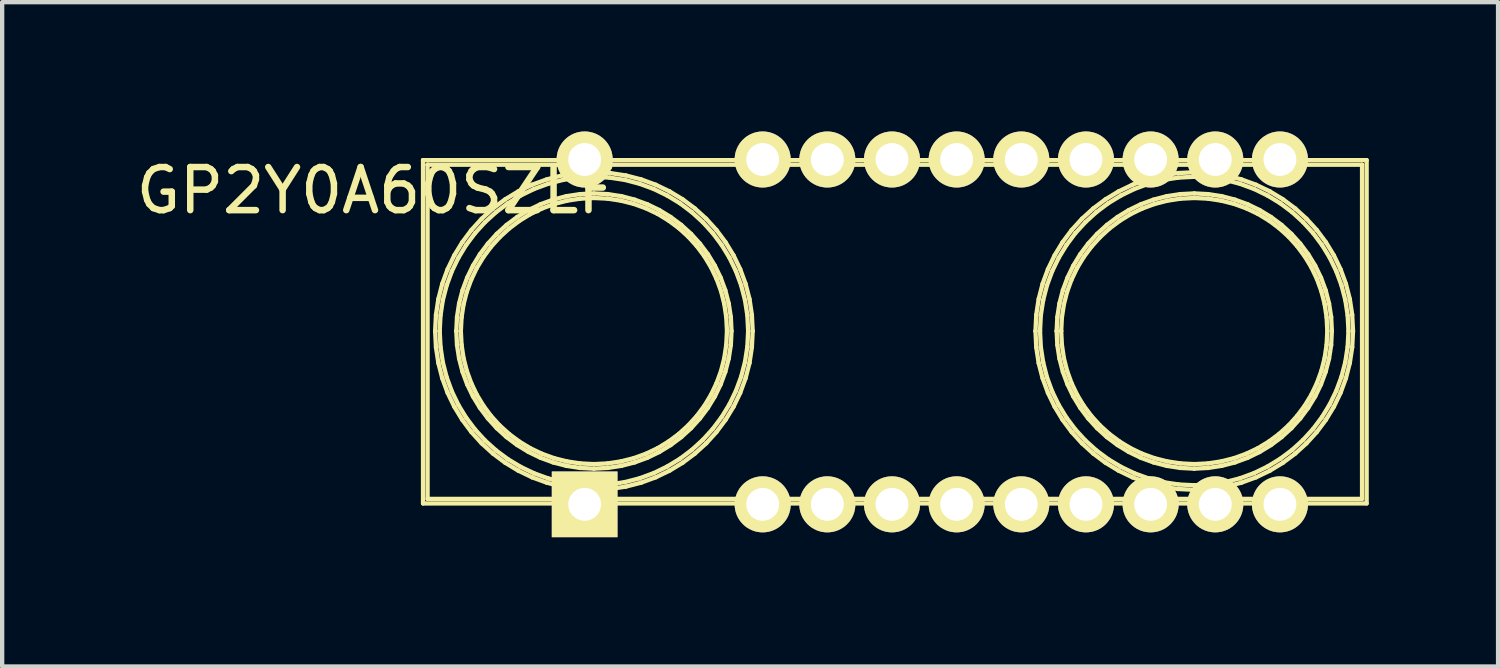
<source format=kicad_pcb>
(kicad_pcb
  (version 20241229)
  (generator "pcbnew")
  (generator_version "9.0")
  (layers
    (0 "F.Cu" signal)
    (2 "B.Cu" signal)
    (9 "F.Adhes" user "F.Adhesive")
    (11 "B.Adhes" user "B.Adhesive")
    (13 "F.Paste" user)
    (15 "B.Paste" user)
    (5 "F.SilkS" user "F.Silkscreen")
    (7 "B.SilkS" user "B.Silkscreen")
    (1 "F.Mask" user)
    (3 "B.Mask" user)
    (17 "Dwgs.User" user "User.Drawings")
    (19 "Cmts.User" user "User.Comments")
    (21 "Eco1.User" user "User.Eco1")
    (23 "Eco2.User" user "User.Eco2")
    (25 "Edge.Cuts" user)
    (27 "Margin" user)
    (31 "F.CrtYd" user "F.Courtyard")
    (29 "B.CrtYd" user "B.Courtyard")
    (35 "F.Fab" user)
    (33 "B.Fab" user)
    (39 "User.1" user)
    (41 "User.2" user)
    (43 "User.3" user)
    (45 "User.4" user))
  (footprint "GP2Y0A60SZLF"
    (layer "F.Cu")
    (at 17.643 4.65)
    (property "Reference" "GP2Y0A60SZLF" (at -11.97 -3.28 0) (layer "F.SilkS") (effects (font (size 1 1) (thickness 0.15))))
    (attr smd)
    (fp_line (start -10.879 -3.985) (end -10.879 -3.985) (stroke (width 0.1) (type solid)) (layer "F.SilkS"))
    (fp_line (start -10.879 -3.985) (end -10.879 3.979) (stroke (width 0.1) (type solid)) (layer "F.SilkS"))
    (fp_line (start -10.879 3.979) (end 11.011 3.979) (stroke (width 0.1) (type solid)) (layer "F.SilkS"))
    (fp_line (start -10.774 -3.879) (end -10.774 -3.879) (stroke (width 0.1) (type solid)) (layer "F.SilkS"))
    (fp_line (start -10.774 -3.879) (end 10.905 -3.879) (stroke (width 0.1) (type solid)) (layer "F.SilkS"))
    (fp_line (start -10.774 3.873) (end -10.774 -3.879) (stroke (width 0.1) (type solid)) (layer "F.SilkS"))
    (fp_line (start -10.598 -0.02) (end -10.598 -0.02) (stroke (width 0.1) (type solid)) (layer "F.SilkS"))
    (fp_line (start -10.598 -0.02) (end -10.579 0.356) (stroke (width 0.1) (type solid)) (layer "F.SilkS"))
    (fp_line (start -10.579 -0.397) (end -10.598 -0.02) (stroke (width 0.1) (type solid)) (layer "F.SilkS"))
    (fp_line (start -10.579 0.356) (end -10.523 0.722) (stroke (width 0.1) (type solid)) (layer "F.SilkS"))
    (fp_line (start -10.523 -0.763) (end -10.579 -0.397) (stroke (width 0.1) (type solid)) (layer "F.SilkS"))
    (fp_line (start -10.523 0.722) (end -10.433 1.075) (stroke (width 0.1) (type solid)) (layer "F.SilkS"))
    (fp_line (start -10.493 -0.02) (end -10.493 -0.02) (stroke (width 0.1) (type solid)) (layer "F.SilkS"))
    (fp_line (start -10.493 -0.02) (end -10.474 -0.384) (stroke (width 0.1) (type solid)) (layer "F.SilkS"))
    (fp_line (start -10.474 -0.384) (end -10.42 -0.738) (stroke (width 0.1) (type solid)) (layer "F.SilkS"))
    (fp_line (start -10.474 0.349) (end -10.493 -0.02) (stroke (width 0.1) (type solid)) (layer "F.SilkS"))
    (fp_line (start -10.433 -1.116) (end -10.523 -0.763) (stroke (width 0.1) (type solid)) (layer "F.SilkS"))
    (fp_line (start -10.433 1.075) (end -10.309 1.413) (stroke (width 0.1) (type solid)) (layer "F.SilkS"))
    (fp_line (start -10.42 -0.738) (end -10.331 -1.08) (stroke (width 0.1) (type solid)) (layer "F.SilkS"))
    (fp_line (start -10.42 0.707) (end -10.474 0.349) (stroke (width 0.1) (type solid)) (layer "F.SilkS"))
    (fp_line (start -10.331 -1.08) (end -10.21 -1.408) (stroke (width 0.1) (type solid)) (layer "F.SilkS"))
    (fp_line (start -10.331 1.052) (end -10.42 0.707) (stroke (width 0.1) (type solid)) (layer "F.SilkS"))
    (fp_line (start -10.309 -1.454) (end -10.433 -1.116) (stroke (width 0.1) (type solid)) (layer "F.SilkS"))
    (fp_line (start -10.309 1.413) (end -10.154 1.735) (stroke (width 0.1) (type solid)) (layer "F.SilkS"))
    (fp_line (start -10.21 -1.408) (end -10.059 -1.721) (stroke (width 0.1) (type solid)) (layer "F.SilkS"))
    (fp_line (start -10.21 1.382) (end -10.331 1.052) (stroke (width 0.1) (type solid)) (layer "F.SilkS"))
    (fp_line (start -10.154 -1.776) (end -10.309 -1.454) (stroke (width 0.1) (type solid)) (layer "F.SilkS"))
    (fp_line (start -10.154 1.735) (end -9.969 2.039) (stroke (width 0.1) (type solid)) (layer "F.SilkS"))
    (fp_line (start -10.107 -0.02) (end -10.107 -0.02) (stroke (width 0.1) (type solid)) (layer "F.SilkS"))
    (fp_line (start -10.107 -0.02) (end -10.091 0.304) (stroke (width 0.1) (type solid)) (layer "F.SilkS"))
    (fp_line (start -10.091 -0.345) (end -10.107 -0.02) (stroke (width 0.1) (type solid)) (layer "F.SilkS"))
    (fp_line (start -10.091 0.304) (end -10.042 0.62) (stroke (width 0.1) (type solid)) (layer "F.SilkS"))
    (fp_line (start -10.059 -1.721) (end -9.879 -2.016) (stroke (width 0.1) (type solid)) (layer "F.SilkS"))
    (fp_line (start -10.059 1.695) (end -10.21 1.382) (stroke (width 0.1) (type solid)) (layer "F.SilkS"))
    (fp_line (start -10.042 -0.661) (end -10.091 -0.345) (stroke (width 0.1) (type solid)) (layer "F.SilkS"))
    (fp_line (start -10.042 0.62) (end -9.963 0.925) (stroke (width 0.1) (type solid)) (layer "F.SilkS"))
    (fp_line (start -10.002 -0.02) (end -10.002 -0.02) (stroke (width 0.1) (type solid)) (layer "F.SilkS"))
    (fp_line (start -10.002 -0.02) (end -9.986 -0.333) (stroke (width 0.1) (type solid)) (layer "F.SilkS"))
    (fp_line (start -9.986 -0.333) (end -9.94 -0.637) (stroke (width 0.1) (type solid)) (layer "F.SilkS"))
    (fp_line (start -9.986 0.297) (end -10.002 -0.02) (stroke (width 0.1) (type solid)) (layer "F.SilkS"))
    (fp_line (start -9.969 -2.08) (end -10.154 -1.776) (stroke (width 0.1) (type solid)) (layer "F.SilkS"))
    (fp_line (start -9.969 2.039) (end -9.757 2.323) (stroke (width 0.1) (type solid)) (layer "F.SilkS"))
    (fp_line (start -9.963 -0.966) (end -10.042 -0.661) (stroke (width 0.1) (type solid)) (layer "F.SilkS"))
    (fp_line (start -9.963 0.925) (end -9.855 1.218) (stroke (width 0.1) (type solid)) (layer "F.SilkS"))
    (fp_line (start -9.94 -0.637) (end -9.864 -0.931) (stroke (width 0.1) (type solid)) (layer "F.SilkS"))
    (fp_line (start -9.94 0.606) (end -9.986 0.297) (stroke (width 0.1) (type solid)) (layer "F.SilkS"))
    (fp_line (start -9.879 -2.016) (end -9.672 -2.292) (stroke (width 0.1) (type solid)) (layer "F.SilkS"))
    (fp_line (start -9.879 1.99) (end -10.059 1.695) (stroke (width 0.1) (type solid)) (layer "F.SilkS"))
    (fp_line (start -9.864 -0.931) (end -9.761 -1.213) (stroke (width 0.1) (type solid)) (layer "F.SilkS"))
    (fp_line (start -9.864 0.903) (end -9.94 0.606) (stroke (width 0.1) (type solid)) (layer "F.SilkS"))
    (fp_line (start -9.855 -1.259) (end -9.963 -0.966) (stroke (width 0.1) (type solid)) (layer "F.SilkS"))
    (fp_line (start -9.855 1.218) (end -9.72 1.497) (stroke (width 0.1) (type solid)) (layer "F.SilkS"))
    (fp_line (start -9.761 -1.213) (end -9.632 -1.483) (stroke (width 0.1) (type solid)) (layer "F.SilkS"))
    (fp_line (start -9.761 1.187) (end -9.864 0.903) (stroke (width 0.1) (type solid)) (layer "F.SilkS"))
    (fp_line (start -9.757 -2.364) (end -9.969 -2.08) (stroke (width 0.1) (type solid)) (layer "F.SilkS"))
    (fp_line (start -9.757 2.323) (end -9.52 2.584) (stroke (width 0.1) (type solid)) (layer "F.SilkS"))
    (fp_line (start -9.72 -1.538) (end -9.855 -1.259) (stroke (width 0.1) (type solid)) (layer "F.SilkS"))
    (fp_line (start -9.72 1.497) (end -9.56 1.76) (stroke (width 0.1) (type solid)) (layer "F.SilkS"))
    (fp_line (start -9.672 -2.292) (end -9.441 -2.546) (stroke (width 0.1) (type solid)) (layer "F.SilkS"))
    (fp_line (start -9.672 2.265) (end -9.879 1.99) (stroke (width 0.1) (type solid)) (layer "F.SilkS"))
    (fp_line (start -9.632 -1.483) (end -9.478 -1.737) (stroke (width 0.1) (type solid)) (layer "F.SilkS"))
    (fp_line (start -9.632 1.457) (end -9.761 1.187) (stroke (width 0.1) (type solid)) (layer "F.SilkS"))
    (fp_line (start -9.56 -1.801) (end -9.72 -1.538) (stroke (width 0.1) (type solid)) (layer "F.SilkS"))
    (fp_line (start -9.56 1.76) (end -9.375 2.006) (stroke (width 0.1) (type solid)) (layer "F.SilkS"))
    (fp_line (start -9.52 -2.625) (end -9.757 -2.364) (stroke (width 0.1) (type solid)) (layer "F.SilkS"))
    (fp_line (start -9.52 2.584) (end -9.258 2.822) (stroke (width 0.1) (type solid)) (layer "F.SilkS"))
    (fp_line (start -9.478 -1.737) (end -9.302 -1.975) (stroke (width 0.1) (type solid)) (layer "F.SilkS"))
    (fp_line (start -9.478 1.712) (end -9.632 1.457) (stroke (width 0.1) (type solid)) (layer "F.SilkS"))
    (fp_line (start -9.441 -2.546) (end -9.186 -2.778) (stroke (width 0.1) (type solid)) (layer "F.SilkS"))
    (fp_line (start -9.441 2.518) (end -9.672 2.265) (stroke (width 0.1) (type solid)) (layer "F.SilkS"))
    (fp_line (start -9.375 -2.047) (end -9.56 -1.801) (stroke (width 0.1) (type solid)) (layer "F.SilkS"))
    (fp_line (start -9.375 2.006) (end -9.169 2.233) (stroke (width 0.1) (type solid)) (layer "F.SilkS"))
    (fp_line (start -9.302 -1.975) (end -9.103 -2.195) (stroke (width 0.1) (type solid)) (layer "F.SilkS"))
    (fp_line (start -9.302 1.949) (end -9.478 1.712) (stroke (width 0.1) (type solid)) (layer "F.SilkS"))
    (fp_line (start -9.258 -2.863) (end -9.52 -2.625) (stroke (width 0.1) (type solid)) (layer "F.SilkS"))
    (fp_line (start -9.258 2.822) (end -8.975 3.034) (stroke (width 0.1) (type solid)) (layer "F.SilkS"))
    (fp_line (start -9.186 -2.778) (end -8.91 -2.985) (stroke (width 0.1) (type solid)) (layer "F.SilkS"))
    (fp_line (start -9.186 2.748) (end -9.441 2.518) (stroke (width 0.1) (type solid)) (layer "F.SilkS"))
    (fp_line (start -9.169 -2.274) (end -9.375 -2.047) (stroke (width 0.1) (type solid)) (layer "F.SilkS"))
    (fp_line (start -9.169 2.233) (end -8.942 2.44) (stroke (width 0.1) (type solid)) (layer "F.SilkS"))
    (fp_line (start -9.103 -2.195) (end -8.884 -2.396) (stroke (width 0.1) (type solid)) (layer "F.SilkS"))
    (fp_line (start -9.103 2.168) (end -9.302 1.949) (stroke (width 0.1) (type solid)) (layer "F.SilkS"))
    (fp_line (start -8.975 -3.075) (end -9.258 -2.863) (stroke (width 0.1) (type solid)) (layer "F.SilkS"))
    (fp_line (start -8.975 3.034) (end -8.671 3.218) (stroke (width 0.1) (type solid)) (layer "F.SilkS"))
    (fp_line (start -8.942 -2.481) (end -9.169 -2.274) (stroke (width 0.1) (type solid)) (layer "F.SilkS"))
    (fp_line (start -8.942 2.44) (end -8.696 2.624) (stroke (width 0.1) (type solid)) (layer "F.SilkS"))
    (fp_line (start -8.91 -2.985) (end -8.615 -3.164) (stroke (width 0.1) (type solid)) (layer "F.SilkS"))
    (fp_line (start -8.91 2.953) (end -9.186 2.748) (stroke (width 0.1) (type solid)) (layer "F.SilkS"))
    (fp_line (start -8.884 -2.396) (end -8.647 -2.575) (stroke (width 0.1) (type solid)) (layer "F.SilkS"))
    (fp_line (start -8.884 2.366) (end -9.103 2.168) (stroke (width 0.1) (type solid)) (layer "F.SilkS"))
    (fp_line (start -8.696 -2.665) (end -8.942 -2.481) (stroke (width 0.1) (type solid)) (layer "F.SilkS"))
    (fp_line (start -8.696 2.624) (end -8.432 2.785) (stroke (width 0.1) (type solid)) (layer "F.SilkS"))
    (fp_line (start -8.671 -3.259) (end -8.975 -3.075) (stroke (width 0.1) (type solid)) (layer "F.SilkS"))
    (fp_line (start -8.671 3.218) (end -8.349 3.373) (stroke (width 0.1) (type solid)) (layer "F.SilkS"))
    (fp_line (start -8.647 -2.575) (end -8.393 -2.731) (stroke (width 0.1) (type solid)) (layer "F.SilkS"))
    (fp_line (start -8.647 2.543) (end -8.884 2.366) (stroke (width 0.1) (type solid)) (layer "F.SilkS"))
    (fp_line (start -8.615 -3.164) (end -8.303 -3.316) (stroke (width 0.1) (type solid)) (layer "F.SilkS"))
    (fp_line (start -8.615 3.13) (end -8.91 2.953) (stroke (width 0.1) (type solid)) (layer "F.SilkS"))
    (fp_line (start -8.432 -2.826) (end -8.696 -2.665) (stroke (width 0.1) (type solid)) (layer "F.SilkS"))
    (fp_line (start -8.432 2.785) (end -8.154 2.92) (stroke (width 0.1) (type solid)) (layer "F.SilkS"))
    (fp_line (start -8.393 -2.731) (end -8.122 -2.862) (stroke (width 0.1) (type solid)) (layer "F.SilkS"))
    (fp_line (start -8.393 2.697) (end -8.647 2.543) (stroke (width 0.1) (type solid)) (layer "F.SilkS"))
    (fp_line (start -8.349 -3.414) (end -8.671 -3.259) (stroke (width 0.1) (type solid)) (layer "F.SilkS"))
    (fp_line (start -8.349 3.373) (end -8.01 3.497) (stroke (width 0.1) (type solid)) (layer "F.SilkS"))
    (fp_line (start -8.303 -3.316) (end -7.975 -3.437) (stroke (width 0.1) (type solid)) (layer "F.SilkS"))
    (fp_line (start -8.303 3.28) (end -8.615 3.13) (stroke (width 0.1) (type solid)) (layer "F.SilkS"))
    (fp_line (start -8.154 -2.961) (end -8.432 -2.826) (stroke (width 0.1) (type solid)) (layer "F.SilkS"))
    (fp_line (start -8.154 2.92) (end -7.861 3.027) (stroke (width 0.1) (type solid)) (layer "F.SilkS"))
    (fp_line (start -8.122 -2.862) (end -7.838 -2.967) (stroke (width 0.1) (type solid)) (layer "F.SilkS"))
    (fp_line (start -8.122 2.826) (end -8.393 2.697) (stroke (width 0.1) (type solid)) (layer "F.SilkS"))
    (fp_line (start -8.01 -3.538) (end -8.349 -3.414) (stroke (width 0.1) (type solid)) (layer "F.SilkS"))
    (fp_line (start -8.01 3.497) (end -7.657 3.588) (stroke (width 0.1) (type solid)) (layer "F.SilkS"))
    (fp_line (start -7.975 -3.437) (end -7.633 -3.526) (stroke (width 0.1) (type solid)) (layer "F.SilkS"))
    (fp_line (start -7.975 3.399) (end -8.303 3.28) (stroke (width 0.1) (type solid)) (layer "F.SilkS"))
    (fp_line (start -7.861 -3.068) (end -8.154 -2.961) (stroke (width 0.1) (type solid)) (layer "F.SilkS"))
    (fp_line (start -7.861 3.027) (end -7.556 3.106) (stroke (width 0.1) (type solid)) (layer "F.SilkS"))
    (fp_line (start -7.838 -2.967) (end -7.541 -3.044) (stroke (width 0.1) (type solid)) (layer "F.SilkS"))
    (fp_line (start -7.838 2.929) (end -8.122 2.826) (stroke (width 0.1) (type solid)) (layer "F.SilkS"))
    (fp_line (start -7.657 -3.629) (end -8.01 -3.538) (stroke (width 0.1) (type solid)) (layer "F.SilkS"))
    (fp_line (start -7.657 3.588) (end -7.292 3.644) (stroke (width 0.1) (type solid)) (layer "F.SilkS"))
    (fp_line (start -7.633 -3.526) (end -7.279 -3.58) (stroke (width 0.1) (type solid)) (layer "F.SilkS"))
    (fp_line (start -7.633 3.486) (end -7.975 3.399) (stroke (width 0.1) (type solid)) (layer "F.SilkS"))
    (fp_line (start -7.556 -3.148) (end -7.861 -3.068) (stroke (width 0.1) (type solid)) (layer "F.SilkS"))
    (fp_line (start -7.556 3.106) (end -7.24 3.155) (stroke (width 0.1) (type solid)) (layer "F.SilkS"))
    (fp_line (start -7.541 -3.044) (end -7.233 -3.091) (stroke (width 0.1) (type solid)) (layer "F.SilkS"))
    (fp_line (start -7.541 3.004) (end -7.838 2.929) (stroke (width 0.1) (type solid)) (layer "F.SilkS"))
    (fp_line (start -7.292 -3.685) (end -7.657 -3.629) (stroke (width 0.1) (type solid)) (layer "F.SilkS"))
    (fp_line (start -7.292 3.644) (end -6.915 3.663) (stroke (width 0.1) (type solid)) (layer "F.SilkS"))
    (fp_line (start -7.279 -3.58) (end -6.915 -3.599) (stroke (width 0.1) (type solid)) (layer "F.SilkS"))
    (fp_line (start -7.279 3.539) (end -7.633 3.486) (stroke (width 0.1) (type solid)) (layer "F.SilkS"))
    (fp_line (start -7.24 -3.196) (end -7.556 -3.148) (stroke (width 0.1) (type solid)) (layer "F.SilkS"))
    (fp_line (start -7.24 3.155) (end -6.915 3.172) (stroke (width 0.1) (type solid)) (layer "F.SilkS"))
    (fp_line (start -7.233 -3.091) (end -6.915 -3.107) (stroke (width 0.1) (type solid)) (layer "F.SilkS"))
    (fp_line (start -7.233 3.051) (end -7.541 3.004) (stroke (width 0.1) (type solid)) (layer "F.SilkS"))
    (fp_line (start -6.915 -3.704) (end -7.292 -3.685) (stroke (width 0.1) (type solid)) (layer "F.SilkS"))
    (fp_line (start -6.915 -3.599) (end -6.551 -3.58) (stroke (width 0.1) (type solid)) (layer "F.SilkS"))
    (fp_line (start -6.915 -3.213) (end -7.24 -3.196) (stroke (width 0.1) (type solid)) (layer "F.SilkS"))
    (fp_line (start -6.915 -3.107) (end -6.597 -3.092) (stroke (width 0.1) (type solid)) (layer "F.SilkS"))
    (fp_line (start -6.915 3.067) (end -7.233 3.051) (stroke (width 0.1) (type solid)) (layer "F.SilkS"))
    (fp_line (start -6.915 3.172) (end -6.59 3.155) (stroke (width 0.1) (type solid)) (layer "F.SilkS"))
    (fp_line (start -6.915 3.558) (end -7.279 3.539) (stroke (width 0.1) (type solid)) (layer "F.SilkS"))
    (fp_line (start -6.915 3.663) (end -6.538 3.644) (stroke (width 0.1) (type solid)) (layer "F.SilkS"))
    (fp_line (start -6.597 -3.092) (end -6.289 -3.045) (stroke (width 0.1) (type solid)) (layer "F.SilkS"))
    (fp_line (start -6.597 3.051) (end -6.915 3.067) (stroke (width 0.1) (type solid)) (layer "F.SilkS"))
    (fp_line (start -6.59 -3.196) (end -6.915 -3.213) (stroke (width 0.1) (type solid)) (layer "F.SilkS"))
    (fp_line (start -6.59 3.155) (end -6.274 3.106) (stroke (width 0.1) (type solid)) (layer "F.SilkS"))
    (fp_line (start -6.551 -3.58) (end -6.197 -3.526) (stroke (width 0.1) (type solid)) (layer "F.SilkS"))
    (fp_line (start -6.551 3.539) (end -6.915 3.558) (stroke (width 0.1) (type solid)) (layer "F.SilkS"))
    (fp_line (start -6.538 -3.685) (end -6.915 -3.704) (stroke (width 0.1) (type solid)) (layer "F.SilkS"))
    (fp_line (start -6.538 3.644) (end -6.172 3.588) (stroke (width 0.1) (type solid)) (layer "F.SilkS"))
    (fp_line (start -6.289 -3.045) (end -5.992 -2.97) (stroke (width 0.1) (type solid)) (layer "F.SilkS"))
    (fp_line (start -6.289 3.004) (end -6.597 3.051) (stroke (width 0.1) (type solid)) (layer "F.SilkS"))
    (fp_line (start -6.274 -3.148) (end -6.59 -3.196) (stroke (width 0.1) (type solid)) (layer "F.SilkS"))
    (fp_line (start -6.274 3.106) (end -5.969 3.027) (stroke (width 0.1) (type solid)) (layer "F.SilkS"))
    (fp_line (start -6.197 -3.526) (end -5.855 -3.437) (stroke (width 0.1) (type solid)) (layer "F.SilkS"))
    (fp_line (start -6.197 3.484) (end -6.551 3.539) (stroke (width 0.1) (type solid)) (layer "F.SilkS"))
    (fp_line (start -6.172 -3.629) (end -6.538 -3.685) (stroke (width 0.1) (type solid)) (layer "F.SilkS"))
    (fp_line (start -6.172 3.588) (end -5.819 3.497) (stroke (width 0.1) (type solid)) (layer "F.SilkS"))
    (fp_line (start -5.992 -2.97) (end -5.707 -2.867) (stroke (width 0.1) (type solid)) (layer "F.SilkS"))
    (fp_line (start -5.992 2.929) (end -6.289 3.004) (stroke (width 0.1) (type solid)) (layer "F.SilkS"))
    (fp_line (start -5.969 -3.068) (end -6.274 -3.148) (stroke (width 0.1) (type solid)) (layer "F.SilkS"))
    (fp_line (start -5.969 3.027) (end -5.676 2.92) (stroke (width 0.1) (type solid)) (layer "F.SilkS"))
    (fp_line (start -5.855 -3.437) (end -5.527 -3.316) (stroke (width 0.1) (type solid)) (layer "F.SilkS"))
    (fp_line (start -5.855 3.396) (end -6.197 3.484) (stroke (width 0.1) (type solid)) (layer "F.SilkS"))
    (fp_line (start -5.819 -3.538) (end -6.172 -3.629) (stroke (width 0.1) (type solid)) (layer "F.SilkS"))
    (fp_line (start -5.819 3.497) (end -5.481 3.373) (stroke (width 0.1) (type solid)) (layer "F.SilkS"))
    (fp_line (start -5.707 -2.867) (end -5.437 -2.738) (stroke (width 0.1) (type solid)) (layer "F.SilkS"))
    (fp_line (start -5.707 2.826) (end -5.992 2.929) (stroke (width 0.1) (type solid)) (layer "F.SilkS"))
    (fp_line (start -5.676 -2.961) (end -5.969 -3.068) (stroke (width 0.1) (type solid)) (layer "F.SilkS"))
    (fp_line (start -5.676 2.92) (end -5.397 2.785) (stroke (width 0.1) (type solid)) (layer "F.SilkS"))
    (fp_line (start -5.527 -3.316) (end -5.215 -3.164) (stroke (width 0.1) (type solid)) (layer "F.SilkS"))
    (fp_line (start -5.527 3.275) (end -5.855 3.396) (stroke (width 0.1) (type solid)) (layer "F.SilkS"))
    (fp_line (start -5.481 -3.414) (end -5.819 -3.538) (stroke (width 0.1) (type solid)) (layer "F.SilkS"))
    (fp_line (start -5.481 3.373) (end -5.159 3.218) (stroke (width 0.1) (type solid)) (layer "F.SilkS"))
    (fp_line (start -5.437 -2.738) (end -5.183 -2.584) (stroke (width 0.1) (type solid)) (layer "F.SilkS"))
    (fp_line (start -5.437 2.697) (end -5.707 2.826) (stroke (width 0.1) (type solid)) (layer "F.SilkS"))
    (fp_line (start -5.397 -2.826) (end -5.676 -2.961) (stroke (width 0.1) (type solid)) (layer "F.SilkS"))
    (fp_line (start -5.397 2.785) (end -5.134 2.624) (stroke (width 0.1) (type solid)) (layer "F.SilkS"))
    (fp_line (start -5.215 -3.164) (end -4.919 -2.985) (stroke (width 0.1) (type solid)) (layer "F.SilkS"))
    (fp_line (start -5.215 3.123) (end -5.527 3.275) (stroke (width 0.1) (type solid)) (layer "F.SilkS"))
    (fp_line (start -5.183 -2.584) (end -4.945 -2.407) (stroke (width 0.1) (type solid)) (layer "F.SilkS"))
    (fp_line (start -5.183 2.543) (end -5.437 2.697) (stroke (width 0.1) (type solid)) (layer "F.SilkS"))
    (fp_line (start -5.159 -3.259) (end -5.481 -3.414) (stroke (width 0.1) (type solid)) (layer "F.SilkS"))
    (fp_line (start -5.159 3.218) (end -4.855 3.034) (stroke (width 0.1) (type solid)) (layer "F.SilkS"))
    (fp_line (start -5.134 -2.665) (end -5.397 -2.826) (stroke (width 0.1) (type solid)) (layer "F.SilkS"))
    (fp_line (start -5.134 2.624) (end -4.888 2.44) (stroke (width 0.1) (type solid)) (layer "F.SilkS"))
    (fp_line (start -4.945 -2.407) (end -4.727 -2.209) (stroke (width 0.1) (type solid)) (layer "F.SilkS"))
    (fp_line (start -4.945 2.366) (end -5.183 2.543) (stroke (width 0.1) (type solid)) (layer "F.SilkS"))
    (fp_line (start -4.919 -2.985) (end -4.644 -2.778) (stroke (width 0.1) (type solid)) (layer "F.SilkS"))
    (fp_line (start -4.919 2.943) (end -5.215 3.123) (stroke (width 0.1) (type solid)) (layer "F.SilkS"))
    (fp_line (start -4.888 -2.481) (end -5.134 -2.665) (stroke (width 0.1) (type solid)) (layer "F.SilkS"))
    (fp_line (start -4.888 2.44) (end -4.661 2.233) (stroke (width 0.1) (type solid)) (layer "F.SilkS"))
    (fp_line (start -4.855 -3.075) (end -5.159 -3.259) (stroke (width 0.1) (type solid)) (layer "F.SilkS"))
    (fp_line (start -4.855 3.034) (end -4.572 2.822) (stroke (width 0.1) (type solid)) (layer "F.SilkS"))
    (fp_line (start -4.727 -2.209) (end -4.528 -1.99) (stroke (width 0.1) (type solid)) (layer "F.SilkS"))
    (fp_line (start -4.727 2.168) (end -4.945 2.366) (stroke (width 0.1) (type solid)) (layer "F.SilkS"))
    (fp_line (start -4.661 -2.274) (end -4.888 -2.481) (stroke (width 0.1) (type solid)) (layer "F.SilkS"))
    (fp_line (start -4.661 2.233) (end -4.455 2.006) (stroke (width 0.1) (type solid)) (layer "F.SilkS"))
    (fp_line (start -4.644 -2.778) (end -4.389 -2.546) (stroke (width 0.1) (type solid)) (layer "F.SilkS"))
    (fp_line (start -4.644 2.737) (end -4.919 2.943) (stroke (width 0.1) (type solid)) (layer "F.SilkS"))
    (fp_line (start -4.572 -2.863) (end -4.855 -3.075) (stroke (width 0.1) (type solid)) (layer "F.SilkS"))
    (fp_line (start -4.572 2.822) (end -4.31 2.584) (stroke (width 0.1) (type solid)) (layer "F.SilkS"))
    (fp_line (start -4.528 -1.99) (end -4.351 -1.753) (stroke (width 0.1) (type solid)) (layer "F.SilkS"))
    (fp_line (start -4.528 1.949) (end -4.727 2.168) (stroke (width 0.1) (type solid)) (layer "F.SilkS"))
    (fp_line (start -4.455 -2.047) (end -4.661 -2.274) (stroke (width 0.1) (type solid)) (layer "F.SilkS"))
    (fp_line (start -4.455 2.006) (end -4.27 1.76) (stroke (width 0.1) (type solid)) (layer "F.SilkS"))
    (fp_line (start -4.389 -2.546) (end -4.158 -2.292) (stroke (width 0.1) (type solid)) (layer "F.SilkS"))
    (fp_line (start -4.389 2.505) (end -4.644 2.737) (stroke (width 0.1) (type solid)) (layer "F.SilkS"))
    (fp_line (start -4.351 -1.753) (end -4.198 -1.498) (stroke (width 0.1) (type solid)) (layer "F.SilkS"))
    (fp_line (start -4.351 1.712) (end -4.528 1.949) (stroke (width 0.1) (type solid)) (layer "F.SilkS"))
    (fp_line (start -4.31 -2.625) (end -4.572 -2.863) (stroke (width 0.1) (type solid)) (layer "F.SilkS"))
    (fp_line (start -4.31 2.584) (end -4.073 2.323) (stroke (width 0.1) (type solid)) (layer "F.SilkS"))
    (fp_line (start -4.27 -1.801) (end -4.455 -2.047) (stroke (width 0.1) (type solid)) (layer "F.SilkS"))
    (fp_line (start -4.27 1.76) (end -4.11 1.497) (stroke (width 0.1) (type solid)) (layer "F.SilkS"))
    (fp_line (start -4.198 -1.498) (end -4.069 -1.228) (stroke (width 0.1) (type solid)) (layer "F.SilkS"))
    (fp_line (start -4.198 1.457) (end -4.351 1.712) (stroke (width 0.1) (type solid)) (layer "F.SilkS"))
    (fp_line (start -4.158 -2.292) (end -3.951 -2.016) (stroke (width 0.1) (type solid)) (layer "F.SilkS"))
    (fp_line (start -4.158 2.251) (end -4.389 2.505) (stroke (width 0.1) (type solid)) (layer "F.SilkS"))
    (fp_line (start -4.11 -1.538) (end -4.27 -1.801) (stroke (width 0.1) (type solid)) (layer "F.SilkS"))
    (fp_line (start -4.11 1.497) (end -3.975 1.218) (stroke (width 0.1) (type solid)) (layer "F.SilkS"))
    (fp_line (start -4.073 -2.364) (end -4.31 -2.625) (stroke (width 0.1) (type solid)) (layer "F.SilkS"))
    (fp_line (start -4.073 2.323) (end -3.861 2.039) (stroke (width 0.1) (type solid)) (layer "F.SilkS"))
    (fp_line (start -4.069 -1.228) (end -3.965 -0.944) (stroke (width 0.1) (type solid)) (layer "F.SilkS"))
    (fp_line (start -4.069 1.187) (end -4.198 1.457) (stroke (width 0.1) (type solid)) (layer "F.SilkS"))
    (fp_line (start -3.975 -1.259) (end -4.11 -1.538) (stroke (width 0.1) (type solid)) (layer "F.SilkS"))
    (fp_line (start -3.975 1.218) (end -3.867 0.925) (stroke (width 0.1) (type solid)) (layer "F.SilkS"))
    (fp_line (start -3.965 -0.944) (end -3.89 -0.647) (stroke (width 0.1) (type solid)) (layer "F.SilkS"))
    (fp_line (start -3.965 0.903) (end -4.069 1.187) (stroke (width 0.1) (type solid)) (layer "F.SilkS"))
    (fp_line (start -3.951 -2.016) (end -3.771 -1.721) (stroke (width 0.1) (type solid)) (layer "F.SilkS"))
    (fp_line (start -3.951 1.975) (end -4.158 2.251) (stroke (width 0.1) (type solid)) (layer "F.SilkS"))
    (fp_line (start -3.89 -0.647) (end -3.844 -0.338) (stroke (width 0.1) (type solid)) (layer "F.SilkS"))
    (fp_line (start -3.89 0.606) (end -3.965 0.903) (stroke (width 0.1) (type solid)) (layer "F.SilkS"))
    (fp_line (start -3.867 -0.966) (end -3.975 -1.259) (stroke (width 0.1) (type solid)) (layer "F.SilkS"))
    (fp_line (start -3.867 0.925) (end -3.788 0.62) (stroke (width 0.1) (type solid)) (layer "F.SilkS"))
    (fp_line (start -3.861 -2.08) (end -4.073 -2.364) (stroke (width 0.1) (type solid)) (layer "F.SilkS"))
    (fp_line (start -3.861 2.039) (end -3.676 1.735) (stroke (width 0.1) (type solid)) (layer "F.SilkS"))
    (fp_line (start -3.844 -0.338) (end -3.828 -0.02) (stroke (width 0.1) (type solid)) (layer "F.SilkS"))
    (fp_line (start -3.844 0.297) (end -3.89 0.606) (stroke (width 0.1) (type solid)) (layer "F.SilkS"))
    (fp_line (start -3.828 -0.02) (end -3.844 0.297) (stroke (width 0.1) (type solid)) (layer "F.SilkS"))
    (fp_line (start -3.788 -0.661) (end -3.867 -0.966) (stroke (width 0.1) (type solid)) (layer "F.SilkS"))
    (fp_line (start -3.788 0.62) (end -3.739 0.304) (stroke (width 0.1) (type solid)) (layer "F.SilkS"))
    (fp_line (start -3.771 -1.721) (end -3.62 -1.408) (stroke (width 0.1) (type solid)) (layer "F.SilkS"))
    (fp_line (start -3.771 1.68) (end -3.951 1.975) (stroke (width 0.1) (type solid)) (layer "F.SilkS"))
    (fp_line (start -3.739 -0.345) (end -3.788 -0.661) (stroke (width 0.1) (type solid)) (layer "F.SilkS"))
    (fp_line (start -3.739 0.304) (end -3.723 -0.02) (stroke (width 0.1) (type solid)) (layer "F.SilkS"))
    (fp_line (start -3.723 -0.02) (end -3.739 -0.345) (stroke (width 0.1) (type solid)) (layer "F.SilkS"))
    (fp_line (start -3.676 -1.776) (end -3.861 -2.08) (stroke (width 0.1) (type solid)) (layer "F.SilkS"))
    (fp_line (start -3.676 1.735) (end -3.521 1.413) (stroke (width 0.1) (type solid)) (layer "F.SilkS"))
    (fp_line (start -3.62 -1.408) (end -3.499 -1.08) (stroke (width 0.1) (type solid)) (layer "F.SilkS"))
    (fp_line (start -3.62 1.367) (end -3.771 1.68) (stroke (width 0.1) (type solid)) (layer "F.SilkS"))
    (fp_line (start -3.521 -1.454) (end -3.676 -1.776) (stroke (width 0.1) (type solid)) (layer "F.SilkS"))
    (fp_line (start -3.521 1.413) (end -3.397 1.075) (stroke (width 0.1) (type solid)) (layer "F.SilkS"))
    (fp_line (start -3.499 -1.08) (end -3.41 -0.738) (stroke (width 0.1) (type solid)) (layer "F.SilkS"))
    (fp_line (start -3.499 1.039) (end -3.62 1.367) (stroke (width 0.1) (type solid)) (layer "F.SilkS"))
    (fp_line (start -3.41 -0.738) (end -3.355 -0.384) (stroke (width 0.1) (type solid)) (layer "F.SilkS"))
    (fp_line (start -3.41 0.697) (end -3.499 1.039) (stroke (width 0.1) (type solid)) (layer "F.SilkS"))
    (fp_line (start -3.397 -1.116) (end -3.521 -1.454) (stroke (width 0.1) (type solid)) (layer "F.SilkS"))
    (fp_line (start -3.397 1.075) (end -3.306 0.722) (stroke (width 0.1) (type solid)) (layer "F.SilkS"))
    (fp_line (start -3.355 -0.384) (end -3.337 -0.02) (stroke (width 0.1) (type solid)) (layer "F.SilkS"))
    (fp_line (start -3.355 0.343) (end -3.41 0.697) (stroke (width 0.1) (type solid)) (layer "F.SilkS"))
    (fp_line (start -3.337 -0.02) (end -3.355 0.343) (stroke (width 0.1) (type solid)) (layer "F.SilkS"))
    (fp_line (start -3.306 -0.763) (end -3.397 -1.116) (stroke (width 0.1) (type solid)) (layer "F.SilkS"))
    (fp_line (start -3.306 0.722) (end -3.251 0.356) (stroke (width 0.1) (type solid)) (layer "F.SilkS"))
    (fp_line (start -3.251 -0.397) (end -3.306 -0.763) (stroke (width 0.1) (type solid)) (layer "F.SilkS"))
    (fp_line (start -3.251 0.356) (end -3.232 -0.02) (stroke (width 0.1) (type solid)) (layer "F.SilkS"))
    (fp_line (start -3.232 -0.02) (end -3.251 -0.397) (stroke (width 0.1) (type solid)) (layer "F.SilkS"))
    (fp_line (start 3.329 -0.02) (end 3.329 -0.02) (stroke (width 0.1) (type solid)) (layer "F.SilkS"))
    (fp_line (start 3.329 -0.02) (end 3.347 0.356) (stroke (width 0.1) (type solid)) (layer "F.SilkS"))
    (fp_line (start 3.347 -0.397) (end 3.329 -0.02) (stroke (width 0.1) (type solid)) (layer "F.SilkS"))
    (fp_line (start 3.347 0.356) (end 3.403 0.722) (stroke (width 0.1) (type solid)) (layer "F.SilkS"))
    (fp_line (start 3.403 -0.763) (end 3.347 -0.397) (stroke (width 0.1) (type solid)) (layer "F.SilkS"))
    (fp_line (start 3.403 0.722) (end 3.494 1.075) (stroke (width 0.1) (type solid)) (layer "F.SilkS"))
    (fp_line (start 3.434 -0.02) (end 3.434 -0.02) (stroke (width 0.1) (type solid)) (layer "F.SilkS"))
    (fp_line (start 3.434 -0.02) (end 3.452 -0.384) (stroke (width 0.1) (type solid)) (layer "F.SilkS"))
    (fp_line (start 3.452 -0.384) (end 3.507 -0.738) (stroke (width 0.1) (type solid)) (layer "F.SilkS"))
    (fp_line (start 3.452 0.349) (end 3.434 -0.02) (stroke (width 0.1) (type solid)) (layer "F.SilkS"))
    (fp_line (start 3.494 -1.116) (end 3.403 -0.763) (stroke (width 0.1) (type solid)) (layer "F.SilkS"))
    (fp_line (start 3.494 1.075) (end 3.618 1.413) (stroke (width 0.1) (type solid)) (layer "F.SilkS"))
    (fp_line (start 3.507 -0.738) (end 3.595 -1.08) (stroke (width 0.1) (type solid)) (layer "F.SilkS"))
    (fp_line (start 3.507 0.707) (end 3.452 0.349) (stroke (width 0.1) (type solid)) (layer "F.SilkS"))
    (fp_line (start 3.595 -1.08) (end 3.716 -1.408) (stroke (width 0.1) (type solid)) (layer "F.SilkS"))
    (fp_line (start 3.595 1.052) (end 3.507 0.707) (stroke (width 0.1) (type solid)) (layer "F.SilkS"))
    (fp_line (start 3.618 -1.454) (end 3.494 -1.116) (stroke (width 0.1) (type solid)) (layer "F.SilkS"))
    (fp_line (start 3.618 1.413) (end 3.773 1.735) (stroke (width 0.1) (type solid)) (layer "F.SilkS"))
    (fp_line (start 3.716 -1.408) (end 3.868 -1.721) (stroke (width 0.1) (type solid)) (layer "F.SilkS"))
    (fp_line (start 3.716 1.382) (end 3.595 1.052) (stroke (width 0.1) (type solid)) (layer "F.SilkS"))
    (fp_line (start 3.773 -1.776) (end 3.618 -1.454) (stroke (width 0.1) (type solid)) (layer "F.SilkS"))
    (fp_line (start 3.773 1.735) (end 3.957 2.039) (stroke (width 0.1) (type solid)) (layer "F.SilkS"))
    (fp_line (start 3.82 -0.02) (end 3.82 -0.02) (stroke (width 0.1) (type solid)) (layer "F.SilkS"))
    (fp_line (start 3.82 -0.02) (end 3.836 0.304) (stroke (width 0.1) (type solid)) (layer "F.SilkS"))
    (fp_line (start 3.836 -0.345) (end 3.82 -0.02) (stroke (width 0.1) (type solid)) (layer "F.SilkS"))
    (fp_line (start 3.836 0.304) (end 3.885 0.62) (stroke (width 0.1) (type solid)) (layer "F.SilkS"))
    (fp_line (start 3.868 -1.721) (end 4.048 -2.016) (stroke (width 0.1) (type solid)) (layer "F.SilkS"))
    (fp_line (start 3.868 1.695) (end 3.716 1.382) (stroke (width 0.1) (type solid)) (layer "F.SilkS"))
    (fp_line (start 3.885 -0.661) (end 3.836 -0.345) (stroke (width 0.1) (type solid)) (layer "F.SilkS"))
    (fp_line (start 3.885 0.62) (end 3.964 0.925) (stroke (width 0.1) (type solid)) (layer "F.SilkS"))
    (fp_line (start 3.925 -0.02) (end 3.925 -0.02) (stroke (width 0.1) (type solid)) (layer "F.SilkS"))
    (fp_line (start 3.925 -0.02) (end 3.941 -0.333) (stroke (width 0.1) (type solid)) (layer "F.SilkS"))
    (fp_line (start 3.941 -0.333) (end 3.987 -0.637) (stroke (width 0.1) (type solid)) (layer "F.SilkS"))
    (fp_line (start 3.941 0.297) (end 3.925 -0.02) (stroke (width 0.1) (type solid)) (layer "F.SilkS"))
    (fp_line (start 3.957 -2.08) (end 3.773 -1.776) (stroke (width 0.1) (type solid)) (layer "F.SilkS"))
    (fp_line (start 3.957 2.039) (end 4.169 2.323) (stroke (width 0.1) (type solid)) (layer "F.SilkS"))
    (fp_line (start 3.964 -0.966) (end 3.885 -0.661) (stroke (width 0.1) (type solid)) (layer "F.SilkS"))
    (fp_line (start 3.964 0.925) (end 4.072 1.218) (stroke (width 0.1) (type solid)) (layer "F.SilkS"))
    (fp_line (start 3.987 -0.637) (end 4.062 -0.931) (stroke (width 0.1) (type solid)) (layer "F.SilkS"))
    (fp_line (start 3.987 0.606) (end 3.941 0.297) (stroke (width 0.1) (type solid)) (layer "F.SilkS"))
    (fp_line (start 4.048 -2.016) (end 4.254 -2.292) (stroke (width 0.1) (type solid)) (layer "F.SilkS"))
    (fp_line (start 4.048 1.99) (end 3.868 1.695) (stroke (width 0.1) (type solid)) (layer "F.SilkS"))
    (fp_line (start 4.062 -0.931) (end 4.165 -1.213) (stroke (width 0.1) (type solid)) (layer "F.SilkS"))
    (fp_line (start 4.062 0.903) (end 3.987 0.606) (stroke (width 0.1) (type solid)) (layer "F.SilkS"))
    (fp_line (start 4.072 -1.259) (end 3.964 -0.966) (stroke (width 0.1) (type solid)) (layer "F.SilkS"))
    (fp_line (start 4.072 1.218) (end 4.207 1.497) (stroke (width 0.1) (type solid)) (layer "F.SilkS"))
    (fp_line (start 4.165 -1.213) (end 4.294 -1.483) (stroke (width 0.1) (type solid)) (layer "F.SilkS"))
    (fp_line (start 4.165 1.187) (end 4.062 0.903) (stroke (width 0.1) (type solid)) (layer "F.SilkS"))
    (fp_line (start 4.169 -2.364) (end 3.957 -2.08) (stroke (width 0.1) (type solid)) (layer "F.SilkS"))
    (fp_line (start 4.169 2.323) (end 4.407 2.584) (stroke (width 0.1) (type solid)) (layer "F.SilkS"))
    (fp_line (start 4.207 -1.538) (end 4.072 -1.259) (stroke (width 0.1) (type solid)) (layer "F.SilkS"))
    (fp_line (start 4.207 1.497) (end 4.367 1.76) (stroke (width 0.1) (type solid)) (layer "F.SilkS"))
    (fp_line (start 4.254 -2.292) (end 4.486 -2.546) (stroke (width 0.1) (type solid)) (layer "F.SilkS"))
    (fp_line (start 4.254 2.265) (end 4.048 1.99) (stroke (width 0.1) (type solid)) (layer "F.SilkS"))
    (fp_line (start 4.294 -1.483) (end 4.448 -1.737) (stroke (width 0.1) (type solid)) (layer "F.SilkS"))
    (fp_line (start 4.294 1.457) (end 4.165 1.187) (stroke (width 0.1) (type solid)) (layer "F.SilkS"))
    (fp_line (start 4.367 -1.801) (end 4.207 -1.538) (stroke (width 0.1) (type solid)) (layer "F.SilkS"))
    (fp_line (start 4.367 1.76) (end 4.551 2.006) (stroke (width 0.1) (type solid)) (layer "F.SilkS"))
    (fp_line (start 4.407 -2.625) (end 4.169 -2.364) (stroke (width 0.1) (type solid)) (layer "F.SilkS"))
    (fp_line (start 4.407 2.584) (end 4.669 2.822) (stroke (width 0.1) (type solid)) (layer "F.SilkS"))
    (fp_line (start 4.448 -1.737) (end 4.625 -1.975) (stroke (width 0.1) (type solid)) (layer "F.SilkS"))
    (fp_line (start 4.448 1.712) (end 4.294 1.457) (stroke (width 0.1) (type solid)) (layer "F.SilkS"))
    (fp_line (start 4.486 -2.546) (end 4.74 -2.778) (stroke (width 0.1) (type solid)) (layer "F.SilkS"))
    (fp_line (start 4.486 2.518) (end 4.254 2.265) (stroke (width 0.1) (type solid)) (layer "F.SilkS"))
    (fp_line (start 4.551 -2.047) (end 4.367 -1.801) (stroke (width 0.1) (type solid)) (layer "F.SilkS"))
    (fp_line (start 4.551 2.006) (end 4.758 2.233) (stroke (width 0.1) (type solid)) (layer "F.SilkS"))
    (fp_line (start 4.625 -1.975) (end 4.824 -2.195) (stroke (width 0.1) (type solid)) (layer "F.SilkS"))
    (fp_line (start 4.625 1.949) (end 4.448 1.712) (stroke (width 0.1) (type solid)) (layer "F.SilkS"))
    (fp_line (start 4.669 -2.863) (end 4.407 -2.625) (stroke (width 0.1) (type solid)) (layer "F.SilkS"))
    (fp_line (start 4.669 2.822) (end 4.952 3.034) (stroke (width 0.1) (type solid)) (layer "F.SilkS"))
    (fp_line (start 4.74 -2.778) (end 5.016 -2.985) (stroke (width 0.1) (type solid)) (layer "F.SilkS"))
    (fp_line (start 4.74 2.748) (end 4.486 2.518) (stroke (width 0.1) (type solid)) (layer "F.SilkS"))
    (fp_line (start 4.758 -2.274) (end 4.551 -2.047) (stroke (width 0.1) (type solid)) (layer "F.SilkS"))
    (fp_line (start 4.758 2.233) (end 4.985 2.44) (stroke (width 0.1) (type solid)) (layer "F.SilkS"))
    (fp_line (start 4.824 -2.195) (end 5.042 -2.396) (stroke (width 0.1) (type solid)) (layer "F.SilkS"))
    (fp_line (start 4.824 2.168) (end 4.625 1.949) (stroke (width 0.1) (type solid)) (layer "F.SilkS"))
    (fp_line (start 4.952 -3.075) (end 4.669 -2.863) (stroke (width 0.1) (type solid)) (layer "F.SilkS"))
    (fp_line (start 4.952 3.034) (end 5.256 3.218) (stroke (width 0.1) (type solid)) (layer "F.SilkS"))
    (fp_line (start 4.985 -2.481) (end 4.758 -2.274) (stroke (width 0.1) (type solid)) (layer "F.SilkS"))
    (fp_line (start 4.985 2.44) (end 5.231 2.624) (stroke (width 0.1) (type solid)) (layer "F.SilkS"))
    (fp_line (start 5.016 -2.985) (end 5.311 -3.164) (stroke (width 0.1) (type solid)) (layer "F.SilkS"))
    (fp_line (start 5.016 2.953) (end 4.74 2.748) (stroke (width 0.1) (type solid)) (layer "F.SilkS"))
    (fp_line (start 5.042 -2.396) (end 5.28 -2.575) (stroke (width 0.1) (type solid)) (layer "F.SilkS"))
    (fp_line (start 5.042 2.366) (end 4.824 2.168) (stroke (width 0.1) (type solid)) (layer "F.SilkS"))
    (fp_line (start 5.231 -2.665) (end 4.985 -2.481) (stroke (width 0.1) (type solid)) (layer "F.SilkS"))
    (fp_line (start 5.231 2.624) (end 5.494 2.785) (stroke (width 0.1) (type solid)) (layer "F.SilkS"))
    (fp_line (start 5.256 -3.259) (end 4.952 -3.075) (stroke (width 0.1) (type solid)) (layer "F.SilkS"))
    (fp_line (start 5.256 3.218) (end 5.578 3.373) (stroke (width 0.1) (type solid)) (layer "F.SilkS"))
    (fp_line (start 5.28 -2.575) (end 5.534 -2.731) (stroke (width 0.1) (type solid)) (layer "F.SilkS"))
    (fp_line (start 5.28 2.543) (end 5.042 2.366) (stroke (width 0.1) (type solid)) (layer "F.SilkS"))
    (fp_line (start 5.311 -3.164) (end 5.624 -3.316) (stroke (width 0.1) (type solid)) (layer "F.SilkS"))
    (fp_line (start 5.311 3.13) (end 5.016 2.953) (stroke (width 0.1) (type solid)) (layer "F.SilkS"))
    (fp_line (start 5.494 -2.826) (end 5.231 -2.665) (stroke (width 0.1) (type solid)) (layer "F.SilkS"))
    (fp_line (start 5.494 2.785) (end 5.773 2.92) (stroke (width 0.1) (type solid)) (layer "F.SilkS"))
    (fp_line (start 5.534 -2.731) (end 5.804 -2.862) (stroke (width 0.1) (type solid)) (layer "F.SilkS"))
    (fp_line (start 5.534 2.697) (end 5.28 2.543) (stroke (width 0.1) (type solid)) (layer "F.SilkS"))
    (fp_line (start 5.578 -3.414) (end 5.256 -3.259) (stroke (width 0.1) (type solid)) (layer "F.SilkS"))
    (fp_line (start 5.578 3.373) (end 5.916 3.497) (stroke (width 0.1) (type solid)) (layer "F.SilkS"))
    (fp_line (start 5.624 -3.316) (end 5.952 -3.437) (stroke (width 0.1) (type solid)) (layer "F.SilkS"))
    (fp_line (start 5.624 3.28) (end 5.311 3.13) (stroke (width 0.1) (type solid)) (layer "F.SilkS"))
    (fp_line (start 5.773 -2.961) (end 5.494 -2.826) (stroke (width 0.1) (type solid)) (layer "F.SilkS"))
    (fp_line (start 5.773 2.92) (end 6.066 3.027) (stroke (width 0.1) (type solid)) (layer "F.SilkS"))
    (fp_line (start 5.804 -2.862) (end 6.089 -2.967) (stroke (width 0.1) (type solid)) (layer "F.SilkS"))
    (fp_line (start 5.804 2.826) (end 5.534 2.697) (stroke (width 0.1) (type solid)) (layer "F.SilkS"))
    (fp_line (start 5.916 -3.538) (end 5.578 -3.414) (stroke (width 0.1) (type solid)) (layer "F.SilkS"))
    (fp_line (start 5.916 3.497) (end 6.269 3.588) (stroke (width 0.1) (type solid)) (layer "F.SilkS"))
    (fp_line (start 5.952 -3.437) (end 6.294 -3.526) (stroke (width 0.1) (type solid)) (layer "F.SilkS"))
    (fp_line (start 5.952 3.399) (end 5.624 3.28) (stroke (width 0.1) (type solid)) (layer "F.SilkS"))
    (fp_line (start 6.066 -3.068) (end 5.773 -2.961) (stroke (width 0.1) (type solid)) (layer "F.SilkS"))
    (fp_line (start 6.066 3.027) (end 6.371 3.106) (stroke (width 0.1) (type solid)) (layer "F.SilkS"))
    (fp_line (start 6.089 -2.967) (end 6.386 -3.044) (stroke (width 0.1) (type solid)) (layer "F.SilkS"))
    (fp_line (start 6.089 2.929) (end 5.804 2.826) (stroke (width 0.1) (type solid)) (layer "F.SilkS"))
    (fp_line (start 6.269 -3.629) (end 5.916 -3.538) (stroke (width 0.1) (type solid)) (layer "F.SilkS"))
    (fp_line (start 6.269 3.588) (end 6.635 3.644) (stroke (width 0.1) (type solid)) (layer "F.SilkS"))
    (fp_line (start 6.294 -3.526) (end 6.648 -3.58) (stroke (width 0.1) (type solid)) (layer "F.SilkS"))
    (fp_line (start 6.294 3.486) (end 5.952 3.399) (stroke (width 0.1) (type solid)) (layer "F.SilkS"))
    (fp_line (start 6.371 -3.148) (end 6.066 -3.068) (stroke (width 0.1) (type solid)) (layer "F.SilkS"))
    (fp_line (start 6.371 3.106) (end 6.687 3.155) (stroke (width 0.1) (type solid)) (layer "F.SilkS"))
    (fp_line (start 6.386 -3.044) (end 6.694 -3.091) (stroke (width 0.1) (type solid)) (layer "F.SilkS"))
    (fp_line (start 6.386 3.004) (end 6.089 2.929) (stroke (width 0.1) (type solid)) (layer "F.SilkS"))
    (fp_line (start 6.635 -3.685) (end 6.269 -3.629) (stroke (width 0.1) (type solid)) (layer "F.SilkS"))
    (fp_line (start 6.635 3.644) (end 7.012 3.663) (stroke (width 0.1) (type solid)) (layer "F.SilkS"))
    (fp_line (start 6.648 -3.58) (end 7.012 -3.599) (stroke (width 0.1) (type solid)) (layer "F.SilkS"))
    (fp_line (start 6.648 3.539) (end 6.294 3.486) (stroke (width 0.1) (type solid)) (layer "F.SilkS"))
    (fp_line (start 6.687 -3.196) (end 6.371 -3.148) (stroke (width 0.1) (type solid)) (layer "F.SilkS"))
    (fp_line (start 6.687 3.155) (end 7.012 3.172) (stroke (width 0.1) (type solid)) (layer "F.SilkS"))
    (fp_line (start 6.694 -3.091) (end 7.012 -3.107) (stroke (width 0.1) (type solid)) (layer "F.SilkS"))
    (fp_line (start 6.694 3.051) (end 6.386 3.004) (stroke (width 0.1) (type solid)) (layer "F.SilkS"))
    (fp_line (start 7.012 -3.704) (end 6.635 -3.685) (stroke (width 0.1) (type solid)) (layer "F.SilkS"))
    (fp_line (start 7.012 -3.599) (end 7.376 -3.58) (stroke (width 0.1) (type solid)) (layer "F.SilkS"))
    (fp_line (start 7.012 -3.213) (end 6.687 -3.196) (stroke (width 0.1) (type solid)) (layer "F.SilkS"))
    (fp_line (start 7.012 -3.107) (end 7.33 -3.092) (stroke (width 0.1) (type solid)) (layer "F.SilkS"))
    (fp_line (start 7.012 3.067) (end 6.694 3.051) (stroke (width 0.1) (type solid)) (layer "F.SilkS"))
    (fp_line (start 7.012 3.172) (end 7.337 3.155) (stroke (width 0.1) (type solid)) (layer "F.SilkS"))
    (fp_line (start 7.012 3.558) (end 6.648 3.539) (stroke (width 0.1) (type solid)) (layer "F.SilkS"))
    (fp_line (start 7.012 3.663) (end 7.388 3.644) (stroke (width 0.1) (type solid)) (layer "F.SilkS"))
    (fp_line (start 7.33 -3.092) (end 7.638 -3.045) (stroke (width 0.1) (type solid)) (layer "F.SilkS"))
    (fp_line (start 7.33 3.051) (end 7.012 3.067) (stroke (width 0.1) (type solid)) (layer "F.SilkS"))
    (fp_line (start 7.337 -3.196) (end 7.012 -3.213) (stroke (width 0.1) (type solid)) (layer "F.SilkS"))
    (fp_line (start 7.337 3.155) (end 7.652 3.106) (stroke (width 0.1) (type solid)) (layer "F.SilkS"))
    (fp_line (start 7.376 -3.58) (end 7.729 -3.526) (stroke (width 0.1) (type solid)) (layer "F.SilkS"))
    (fp_line (start 7.376 3.539) (end 7.012 3.558) (stroke (width 0.1) (type solid)) (layer "F.SilkS"))
    (fp_line (start 7.388 -3.685) (end 7.012 -3.704) (stroke (width 0.1) (type solid)) (layer "F.SilkS"))
    (fp_line (start 7.388 3.644) (end 7.754 3.588) (stroke (width 0.1) (type solid)) (layer "F.SilkS"))
    (fp_line (start 7.638 -3.045) (end 7.935 -2.97) (stroke (width 0.1) (type solid)) (layer "F.SilkS"))
    (fp_line (start 7.638 3.004) (end 7.33 3.051) (stroke (width 0.1) (type solid)) (layer "F.SilkS"))
    (fp_line (start 7.652 -3.148) (end 7.337 -3.196) (stroke (width 0.1) (type solid)) (layer "F.SilkS"))
    (fp_line (start 7.652 3.106) (end 7.958 3.027) (stroke (width 0.1) (type solid)) (layer "F.SilkS"))
    (fp_line (start 7.729 -3.526) (end 8.072 -3.437) (stroke (width 0.1) (type solid)) (layer "F.SilkS"))
    (fp_line (start 7.729 3.484) (end 7.376 3.539) (stroke (width 0.1) (type solid)) (layer "F.SilkS"))
    (fp_line (start 7.754 -3.629) (end 7.388 -3.685) (stroke (width 0.1) (type solid)) (layer "F.SilkS"))
    (fp_line (start 7.754 3.588) (end 8.107 3.497) (stroke (width 0.1) (type solid)) (layer "F.SilkS"))
    (fp_line (start 7.935 -2.97) (end 8.219 -2.867) (stroke (width 0.1) (type solid)) (layer "F.SilkS"))
    (fp_line (start 7.935 2.929) (end 7.638 3.004) (stroke (width 0.1) (type solid)) (layer "F.SilkS"))
    (fp_line (start 7.958 -3.068) (end 7.652 -3.148) (stroke (width 0.1) (type solid)) (layer "F.SilkS"))
    (fp_line (start 7.958 3.027) (end 8.251 2.92) (stroke (width 0.1) (type solid)) (layer "F.SilkS"))
    (fp_line (start 8.072 -3.437) (end 8.4 -3.316) (stroke (width 0.1) (type solid)) (layer "F.SilkS"))
    (fp_line (start 8.072 3.396) (end 7.729 3.484) (stroke (width 0.1) (type solid)) (layer "F.SilkS"))
    (fp_line (start 8.107 -3.538) (end 7.754 -3.629) (stroke (width 0.1) (type solid)) (layer "F.SilkS"))
    (fp_line (start 8.107 3.497) (end 8.446 3.373) (stroke (width 0.1) (type solid)) (layer "F.SilkS"))
    (fp_line (start 8.219 -2.867) (end 8.489 -2.738) (stroke (width 0.1) (type solid)) (layer "F.SilkS"))
    (fp_line (start 8.219 2.826) (end 7.935 2.929) (stroke (width 0.1) (type solid)) (layer "F.SilkS"))
    (fp_line (start 8.251 -2.961) (end 7.958 -3.068) (stroke (width 0.1) (type solid)) (layer "F.SilkS"))
    (fp_line (start 8.251 2.92) (end 8.529 2.785) (stroke (width 0.1) (type solid)) (layer "F.SilkS"))
    (fp_line (start 8.4 -3.316) (end 8.712 -3.164) (stroke (width 0.1) (type solid)) (layer "F.SilkS"))
    (fp_line (start 8.4 3.275) (end 8.072 3.396) (stroke (width 0.1) (type solid)) (layer "F.SilkS"))
    (fp_line (start 8.446 -3.414) (end 8.107 -3.538) (stroke (width 0.1) (type solid)) (layer "F.SilkS"))
    (fp_line (start 8.446 3.373) (end 8.768 3.218) (stroke (width 0.1) (type solid)) (layer "F.SilkS"))
    (fp_line (start 8.489 -2.738) (end 8.744 -2.584) (stroke (width 0.1) (type solid)) (layer "F.SilkS"))
    (fp_line (start 8.489 2.697) (end 8.219 2.826) (stroke (width 0.1) (type solid)) (layer "F.SilkS"))
    (fp_line (start 8.529 -2.826) (end 8.251 -2.961) (stroke (width 0.1) (type solid)) (layer "F.SilkS"))
    (fp_line (start 8.529 2.785) (end 8.793 2.624) (stroke (width 0.1) (type solid)) (layer "F.SilkS"))
    (fp_line (start 8.712 -3.164) (end 9.007 -2.985) (stroke (width 0.1) (type solid)) (layer "F.SilkS"))
    (fp_line (start 8.712 3.123) (end 8.4 3.275) (stroke (width 0.1) (type solid)) (layer "F.SilkS"))
    (fp_line (start 8.744 -2.584) (end 8.981 -2.407) (stroke (width 0.1) (type solid)) (layer "F.SilkS"))
    (fp_line (start 8.744 2.543) (end 8.489 2.697) (stroke (width 0.1) (type solid)) (layer "F.SilkS"))
    (fp_line (start 8.768 -3.259) (end 8.446 -3.414) (stroke (width 0.1) (type solid)) (layer "F.SilkS"))
    (fp_line (start 8.768 3.218) (end 9.071 3.034) (stroke (width 0.1) (type solid)) (layer "F.SilkS"))
    (fp_line (start 8.793 -2.665) (end 8.529 -2.826) (stroke (width 0.1) (type solid)) (layer "F.SilkS"))
    (fp_line (start 8.793 2.624) (end 9.039 2.44) (stroke (width 0.1) (type solid)) (layer "F.SilkS"))
    (fp_line (start 8.981 -2.407) (end 9.2 -2.209) (stroke (width 0.1) (type solid)) (layer "F.SilkS"))
    (fp_line (start 8.981 2.366) (end 8.744 2.543) (stroke (width 0.1) (type solid)) (layer "F.SilkS"))
    (fp_line (start 9.007 -2.985) (end 9.283 -2.778) (stroke (width 0.1) (type solid)) (layer "F.SilkS"))
    (fp_line (start 9.007 2.943) (end 8.712 3.123) (stroke (width 0.1) (type solid)) (layer "F.SilkS"))
    (fp_line (start 9.039 -2.481) (end 8.793 -2.665) (stroke (width 0.1) (type solid)) (layer "F.SilkS"))
    (fp_line (start 9.039 2.44) (end 9.266 2.233) (stroke (width 0.1) (type solid)) (layer "F.SilkS"))
    (fp_line (start 9.071 -3.075) (end 8.768 -3.259) (stroke (width 0.1) (type solid)) (layer "F.SilkS"))
    (fp_line (start 9.071 3.034) (end 9.355 2.822) (stroke (width 0.1) (type solid)) (layer "F.SilkS"))
    (fp_line (start 9.2 -2.209) (end 9.398 -1.99) (stroke (width 0.1) (type solid)) (layer "F.SilkS"))
    (fp_line (start 9.2 2.168) (end 8.981 2.366) (stroke (width 0.1) (type solid)) (layer "F.SilkS"))
    (fp_line (start 9.266 -2.274) (end 9.039 -2.481) (stroke (width 0.1) (type solid)) (layer "F.SilkS"))
    (fp_line (start 9.266 2.233) (end 9.472 2.006) (stroke (width 0.1) (type solid)) (layer "F.SilkS"))
    (fp_line (start 9.283 -2.778) (end 9.537 -2.546) (stroke (width 0.1) (type solid)) (layer "F.SilkS"))
    (fp_line (start 9.283 2.737) (end 9.007 2.943) (stroke (width 0.1) (type solid)) (layer "F.SilkS"))
    (fp_line (start 9.355 -2.863) (end 9.071 -3.075) (stroke (width 0.1) (type solid)) (layer "F.SilkS"))
    (fp_line (start 9.355 2.822) (end 9.616 2.584) (stroke (width 0.1) (type solid)) (layer "F.SilkS"))
    (fp_line (start 9.398 -1.99) (end 9.575 -1.753) (stroke (width 0.1) (type solid)) (layer "F.SilkS"))
    (fp_line (start 9.398 1.949) (end 9.2 2.168) (stroke (width 0.1) (type solid)) (layer "F.SilkS"))
    (fp_line (start 9.472 -2.047) (end 9.266 -2.274) (stroke (width 0.1) (type solid)) (layer "F.SilkS"))
    (fp_line (start 9.472 2.006) (end 9.656 1.76) (stroke (width 0.1) (type solid)) (layer "F.SilkS"))
    (fp_line (start 9.537 -2.546) (end 9.769 -2.292) (stroke (width 0.1) (type solid)) (layer "F.SilkS"))
    (fp_line (start 9.537 2.505) (end 9.283 2.737) (stroke (width 0.1) (type solid)) (layer "F.SilkS"))
    (fp_line (start 9.575 -1.753) (end 9.729 -1.498) (stroke (width 0.1) (type solid)) (layer "F.SilkS"))
    (fp_line (start 9.575 1.712) (end 9.398 1.949) (stroke (width 0.1) (type solid)) (layer "F.SilkS"))
    (fp_line (start 9.616 -2.625) (end 9.355 -2.863) (stroke (width 0.1) (type solid)) (layer "F.SilkS"))
    (fp_line (start 9.616 2.584) (end 9.854 2.323) (stroke (width 0.1) (type solid)) (layer "F.SilkS"))
    (fp_line (start 9.656 -1.801) (end 9.472 -2.047) (stroke (width 0.1) (type solid)) (layer "F.SilkS"))
    (fp_line (start 9.656 1.76) (end 9.817 1.497) (stroke (width 0.1) (type solid)) (layer "F.SilkS"))
    (fp_line (start 9.729 -1.498) (end 9.858 -1.228) (stroke (width 0.1) (type solid)) (layer "F.SilkS"))
    (fp_line (start 9.729 1.457) (end 9.575 1.712) (stroke (width 0.1) (type solid)) (layer "F.SilkS"))
    (fp_line (start 9.769 -2.292) (end 9.976 -2.016) (stroke (width 0.1) (type solid)) (layer "F.SilkS"))
    (fp_line (start 9.769 2.251) (end 9.537 2.505) (stroke (width 0.1) (type solid)) (layer "F.SilkS"))
    (fp_line (start 9.817 -1.538) (end 9.656 -1.801) (stroke (width 0.1) (type solid)) (layer "F.SilkS"))
    (fp_line (start 9.817 1.497) (end 9.952 1.218) (stroke (width 0.1) (type solid)) (layer "F.SilkS"))
    (fp_line (start 9.854 -2.364) (end 9.616 -2.625) (stroke (width 0.1) (type solid)) (layer "F.SilkS"))
    (fp_line (start 9.854 2.323) (end 10.066 2.039) (stroke (width 0.1) (type solid)) (layer "F.SilkS"))
    (fp_line (start 9.858 -1.228) (end 9.961 -0.944) (stroke (width 0.1) (type solid)) (layer "F.SilkS"))
    (fp_line (start 9.858 1.187) (end 9.729 1.457) (stroke (width 0.1) (type solid)) (layer "F.SilkS"))
    (fp_line (start 9.952 -1.259) (end 9.817 -1.538) (stroke (width 0.1) (type solid)) (layer "F.SilkS"))
    (fp_line (start 9.952 1.218) (end 10.06 0.925) (stroke (width 0.1) (type solid)) (layer "F.SilkS"))
    (fp_line (start 9.961 -0.944) (end 10.037 -0.647) (stroke (width 0.1) (type solid)) (layer "F.SilkS"))
    (fp_line (start 9.961 0.903) (end 9.858 1.187) (stroke (width 0.1) (type solid)) (layer "F.SilkS"))
    (fp_line (start 9.976 -2.016) (end 10.156 -1.721) (stroke (width 0.1) (type solid)) (layer "F.SilkS"))
    (fp_line (start 9.976 1.975) (end 9.769 2.251) (stroke (width 0.1) (type solid)) (layer "F.SilkS"))
    (fp_line (start 10.037 -0.647) (end 10.083 -0.338) (stroke (width 0.1) (type solid)) (layer "F.SilkS"))
    (fp_line (start 10.037 0.606) (end 9.961 0.903) (stroke (width 0.1) (type solid)) (layer "F.SilkS"))
    (fp_line (start 10.06 -0.966) (end 9.952 -1.259) (stroke (width 0.1) (type solid)) (layer "F.SilkS"))
    (fp_line (start 10.06 0.925) (end 10.139 0.62) (stroke (width 0.1) (type solid)) (layer "F.SilkS"))
    (fp_line (start 10.066 -2.08) (end 9.854 -2.364) (stroke (width 0.1) (type solid)) (layer "F.SilkS"))
    (fp_line (start 10.066 2.039) (end 10.251 1.735) (stroke (width 0.1) (type solid)) (layer "F.SilkS"))
    (fp_line (start 10.083 -0.338) (end 10.099 -0.02) (stroke (width 0.1) (type solid)) (layer "F.SilkS"))
    (fp_line (start 10.083 0.297) (end 10.037 0.606) (stroke (width 0.1) (type solid)) (layer "F.SilkS"))
    (fp_line (start 10.099 -0.02) (end 10.083 0.297) (stroke (width 0.1) (type solid)) (layer "F.SilkS"))
    (fp_line (start 10.139 -0.661) (end 10.06 -0.966) (stroke (width 0.1) (type solid)) (layer "F.SilkS"))
    (fp_line (start 10.139 0.62) (end 10.188 0.304) (stroke (width 0.1) (type solid)) (layer "F.SilkS"))
    (fp_line (start 10.156 -1.721) (end 10.307 -1.408) (stroke (width 0.1) (type solid)) (layer "F.SilkS"))
    (fp_line (start 10.156 1.68) (end 9.976 1.975) (stroke (width 0.1) (type solid)) (layer "F.SilkS"))
    (fp_line (start 10.188 -0.345) (end 10.139 -0.661) (stroke (width 0.1) (type solid)) (layer "F.SilkS"))
    (fp_line (start 10.188 0.304) (end 10.204 -0.02) (stroke (width 0.1) (type solid)) (layer "F.SilkS"))
    (fp_line (start 10.204 -0.02) (end 10.188 -0.345) (stroke (width 0.1) (type solid)) (layer "F.SilkS"))
    (fp_line (start 10.251 -1.776) (end 10.066 -2.08) (stroke (width 0.1) (type solid)) (layer "F.SilkS"))
    (fp_line (start 10.251 1.735) (end 10.406 1.413) (stroke (width 0.1) (type solid)) (layer "F.SilkS"))
    (fp_line (start 10.307 -1.408) (end 10.428 -1.08) (stroke (width 0.1) (type solid)) (layer "F.SilkS"))
    (fp_line (start 10.307 1.367) (end 10.156 1.68) (stroke (width 0.1) (type solid)) (layer "F.SilkS"))
    (fp_line (start 10.406 -1.454) (end 10.251 -1.776) (stroke (width 0.1) (type solid)) (layer "F.SilkS"))
    (fp_line (start 10.406 1.413) (end 10.53 1.075) (stroke (width 0.1) (type solid)) (layer "F.SilkS"))
    (fp_line (start 10.428 -1.08) (end 10.517 -0.738) (stroke (width 0.1) (type solid)) (layer "F.SilkS"))
    (fp_line (start 10.428 1.039) (end 10.307 1.367) (stroke (width 0.1) (type solid)) (layer "F.SilkS"))
    (fp_line (start 10.517 -0.738) (end 10.571 -0.384) (stroke (width 0.1) (type solid)) (layer "F.SilkS"))
    (fp_line (start 10.517 0.697) (end 10.428 1.039) (stroke (width 0.1) (type solid)) (layer "F.SilkS"))
    (fp_line (start 10.53 -1.116) (end 10.406 -1.454) (stroke (width 0.1) (type solid)) (layer "F.SilkS"))
    (fp_line (start 10.53 1.075) (end 10.62 0.722) (stroke (width 0.1) (type solid)) (layer "F.SilkS"))
    (fp_line (start 10.571 -0.384) (end 10.59 -0.02) (stroke (width 0.1) (type solid)) (layer "F.SilkS"))
    (fp_line (start 10.571 0.343) (end 10.517 0.697) (stroke (width 0.1) (type solid)) (layer "F.SilkS"))
    (fp_line (start 10.59 -0.02) (end 10.571 0.343) (stroke (width 0.1) (type solid)) (layer "F.SilkS"))
    (fp_line (start 10.62 -0.763) (end 10.53 -1.116) (stroke (width 0.1) (type solid)) (layer "F.SilkS"))
    (fp_line (start 10.62 0.722) (end 10.676 0.356) (stroke (width 0.1) (type solid)) (layer "F.SilkS"))
    (fp_line (start 10.676 -0.397) (end 10.62 -0.763) (stroke (width 0.1) (type solid)) (layer "F.SilkS"))
    (fp_line (start 10.676 0.356) (end 10.695 -0.02) (stroke (width 0.1) (type solid)) (layer "F.SilkS"))
    (fp_line (start 10.695 -0.02) (end 10.676 -0.397) (stroke (width 0.1) (type solid)) (layer "F.SilkS"))
    (fp_line (start 10.905 -3.879) (end 10.905 3.873) (stroke (width 0.1) (type solid)) (layer "F.SilkS"))
    (fp_line (start 10.905 3.873) (end -10.774 3.873) (stroke (width 0.1) (type solid)) (layer "F.SilkS"))
    (fp_line (start 11.011 -3.985) (end -10.879 -3.985) (stroke (width 0.1) (type solid)) (layer "F.SilkS"))
    (fp_line (start 11.011 3.979) (end 11.011 -3.985) (stroke (width 0.1) (type solid)) (layer "F.SilkS"))
    (pad "1" thru_hole rect (at -7.13 4) (size 1.524 1.524) (drill 0.762) (layers "*.Cu" "*.Mask" "F.SilkS"))
    (pad "2" thru_hole circle (at -3 4) (size 1.3 1.3) (drill 0.762) (layers "*.Cu" "*.Mask" "F.SilkS"))
    (pad "3" thru_hole circle (at -1.5 4) (size 1.3 1.3) (drill 0.762) (layers "*.Cu" "*.Mask" "F.SilkS"))
    (pad "4" thru_hole circle (at 0 4) (size 1.3 1.3) (drill 0.762) (layers "*.Cu" "*.Mask" "F.SilkS"))
    (pad "5" thru_hole circle (at 1.5 4) (size 1.3 1.3) (drill 0.762) (layers "*.Cu" "*.Mask" "F.SilkS"))
    (pad "6" thru_hole circle (at 3 4) (size 1.3 1.3) (drill 0.762) (layers "*.Cu" "*.Mask" "F.SilkS"))
    (pad "7" thru_hole circle (at 4.5 4) (size 1.3 1.3) (drill 0.762) (layers "*.Cu" "*.Mask" "F.SilkS"))
    (pad "8" thru_hole circle (at 6 4) (size 1.3 1.3) (drill 0.762) (layers "*.Cu" "*.Mask" "F.SilkS"))
    (pad "9" thru_hole circle (at 7.5 4) (size 1.3 1.3) (drill 0.762) (layers "*.Cu" "*.Mask" "F.SilkS"))
    (pad "10" thru_hole circle (at 9 4) (size 1.3 1.3) (drill 0.762) (layers "*.Cu" "*.Mask" "F.SilkS"))
    (pad "11" thru_hole circle (at 9 -4) (size 1.3 1.3) (drill 0.762) (layers "*.Cu" "*.Mask" "F.SilkS"))
    (pad "12" thru_hole circle (at 7.5 -4) (size 1.3 1.3) (drill 0.762) (layers "*.Cu" "*.Mask" "F.SilkS"))
    (pad "13" thru_hole circle (at 6 -4) (size 1.3 1.3) (drill 0.762) (layers "*.Cu" "*.Mask" "F.SilkS"))
    (pad "14" thru_hole circle (at 4.5 -4) (size 1.3 1.3) (drill 0.762) (layers "*.Cu" "*.Mask" "F.SilkS"))
    (pad "15" thru_hole circle (at 3 -4) (size 1.3 1.3) (drill 0.762) (layers "*.Cu" "*.Mask" "F.SilkS"))
    (pad "16" thru_hole circle (at 1.5 -4) (size 1.3 1.3) (drill 0.762) (layers "*.Cu" "*.Mask" "F.SilkS"))
    (pad "17" thru_hole circle (at 0 -4) (size 1.3 1.3) (drill 0.762) (layers "*.Cu" "*.Mask" "F.SilkS"))
    (pad "18" thru_hole circle (at -1.5 -4) (size 1.3 1.3) (drill 0.762) (layers "*.Cu" "*.Mask" "F.SilkS"))
    (pad "19" thru_hole circle (at -3 -4) (size 1.3 1.3) (drill 0.762) (layers "*.Cu" "*.Mask" "F.SilkS"))
    (pad "20" thru_hole circle (at -7.13 -4) (size 1.3 1.3) (drill 0.762) (layers "*.Cu" "*.Mask" "F.SilkS")))
  (gr_rect
    (start -3 -3)
    (end 31.703 12.412)
    (stroke (width 0.1) (type default))
    (fill no)
    (layer "Edge.Cuts")))
</source>
